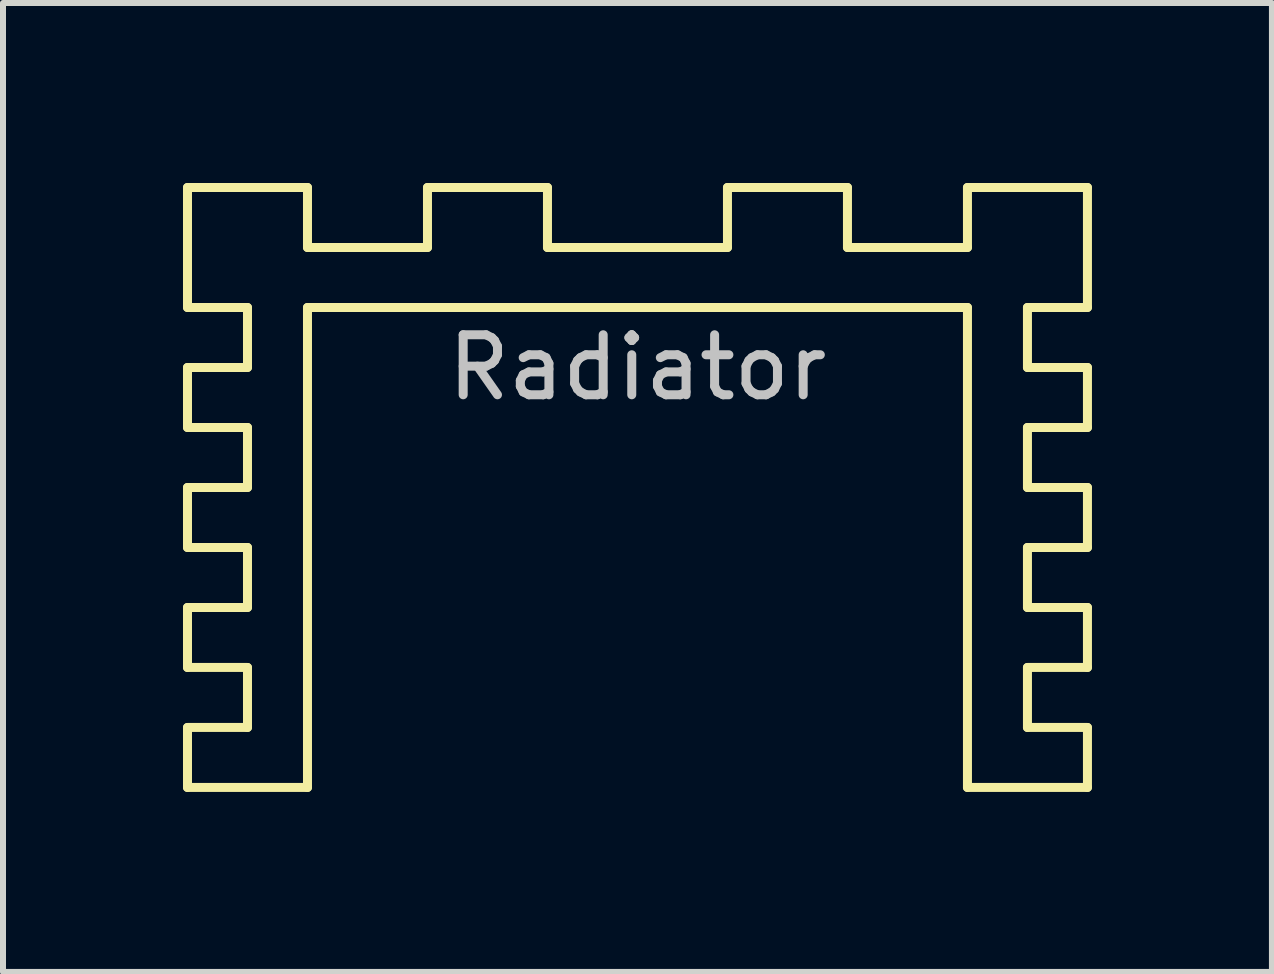
<source format=kicad_pcb>
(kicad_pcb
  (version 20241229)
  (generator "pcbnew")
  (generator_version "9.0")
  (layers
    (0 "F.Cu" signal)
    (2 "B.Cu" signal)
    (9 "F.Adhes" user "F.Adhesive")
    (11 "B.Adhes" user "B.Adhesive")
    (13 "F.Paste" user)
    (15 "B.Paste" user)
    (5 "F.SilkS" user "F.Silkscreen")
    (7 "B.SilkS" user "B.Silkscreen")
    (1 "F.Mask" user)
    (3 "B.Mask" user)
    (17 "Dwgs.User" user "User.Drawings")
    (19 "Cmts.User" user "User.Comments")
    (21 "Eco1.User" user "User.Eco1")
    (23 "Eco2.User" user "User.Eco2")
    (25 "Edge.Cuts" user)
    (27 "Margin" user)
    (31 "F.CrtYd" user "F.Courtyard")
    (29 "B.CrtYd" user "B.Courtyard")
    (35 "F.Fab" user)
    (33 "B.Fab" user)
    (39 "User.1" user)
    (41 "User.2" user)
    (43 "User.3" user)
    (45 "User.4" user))
  (footprint "Radiator"
    (layer "F.Cu")
    (at 7.575 2.075)
    (property "Reference" "Radiator" (at 0 1 0) (layer "Dwgs.User") (effects (font (size 1 1) (thickness 0.15))))
    (attr through_hole)
    (fp_line (start -7.5 -2) (end -7.5 0) (stroke (width 0.15) (type solid)) (layer "F.SilkS"))
    (fp_line (start -7.5 1) (end -6.5 1) (stroke (width 0.15) (type solid)) (layer "F.SilkS"))
    (fp_line (start -7.5 2) (end -7.5 1) (stroke (width 0.15) (type solid)) (layer "F.SilkS"))
    (fp_line (start -7.5 3) (end -6.5 3) (stroke (width 0.15) (type solid)) (layer "F.SilkS"))
    (fp_line (start -7.5 4) (end -7.5 3) (stroke (width 0.15) (type solid)) (layer "F.SilkS"))
    (fp_line (start -7.5 5) (end -6.5 5) (stroke (width 0.15) (type solid)) (layer "F.SilkS"))
    (fp_line (start -7.5 6) (end -7.5 5) (stroke (width 0.15) (type solid)) (layer "F.SilkS"))
    (fp_line (start -7.5 7) (end -7.5 8) (stroke (width 0.15) (type solid)) (layer "F.SilkS"))
    (fp_line (start -7.5 7) (end -6.5 7) (stroke (width 0.15) (type solid)) (layer "F.SilkS"))
    (fp_line (start -7.5 8) (end -5.5 8) (stroke (width 0.15) (type solid)) (layer "F.SilkS"))
    (fp_line (start -6.5 0) (end -7.5 0) (stroke (width 0.15) (type solid)) (layer "F.SilkS"))
    (fp_line (start -6.5 1) (end -6.5 0) (stroke (width 0.15) (type solid)) (layer "F.SilkS"))
    (fp_line (start -6.5 2) (end -7.5 2) (stroke (width 0.15) (type solid)) (layer "F.SilkS"))
    (fp_line (start -6.5 3) (end -6.5 2) (stroke (width 0.15) (type solid)) (layer "F.SilkS"))
    (fp_line (start -6.5 4) (end -7.5 4) (stroke (width 0.15) (type solid)) (layer "F.SilkS"))
    (fp_line (start -6.5 5) (end -6.5 4) (stroke (width 0.15) (type solid)) (layer "F.SilkS"))
    (fp_line (start -6.5 6) (end -7.5 6) (stroke (width 0.15) (type solid)) (layer "F.SilkS"))
    (fp_line (start -6.5 7) (end -6.5 6) (stroke (width 0.15) (type solid)) (layer "F.SilkS"))
    (fp_line (start -5.5 -2) (end -7.5 -2) (stroke (width 0.15) (type solid)) (layer "F.SilkS"))
    (fp_line (start -5.5 -2) (end -5.5 -1) (stroke (width 0.15) (type solid)) (layer "F.SilkS"))
    (fp_line (start -5.5 -1) (end -3.5 -1) (stroke (width 0.15) (type solid)) (layer "F.SilkS"))
    (fp_line (start -5.5 0) (end 5.5 0) (stroke (width 0.15) (type solid)) (layer "F.SilkS"))
    (fp_line (start -5.5 8) (end -5.5 0) (stroke (width 0.15) (type solid)) (layer "F.SilkS"))
    (fp_line (start -3.5 -1) (end -3.5 -2) (stroke (width 0.15) (type solid)) (layer "F.SilkS"))
    (fp_line (start -1.5 -2) (end -3.5 -2) (stroke (width 0.15) (type solid)) (layer "F.SilkS"))
    (fp_line (start -1.5 -2) (end -1.5 -1) (stroke (width 0.15) (type solid)) (layer "F.SilkS"))
    (fp_line (start -1.5 -1) (end 1.5 -1) (stroke (width 0.15) (type solid)) (layer "F.SilkS"))
    (fp_line (start 1.5 -1) (end 1.5 -2) (stroke (width 0.15) (type solid)) (layer "F.SilkS"))
    (fp_line (start 3.5 -2) (end 1.5 -2) (stroke (width 0.15) (type solid)) (layer "F.SilkS"))
    (fp_line (start 3.5 -1) (end 3.5 -2) (stroke (width 0.15) (type solid)) (layer "F.SilkS"))
    (fp_line (start 5.5 -2) (end 5.5 -1) (stroke (width 0.15) (type solid)) (layer "F.SilkS"))
    (fp_line (start 5.5 -1) (end 3.5 -1) (stroke (width 0.15) (type solid)) (layer "F.SilkS"))
    (fp_line (start 5.5 0) (end 5.5 8) (stroke (width 0.15) (type solid)) (layer "F.SilkS"))
    (fp_line (start 5.5 8) (end 7.5 8) (stroke (width 0.15) (type solid)) (layer "F.SilkS"))
    (fp_line (start 6.5 0) (end 7.5 0) (stroke (width 0.15) (type solid)) (layer "F.SilkS"))
    (fp_line (start 6.5 1) (end 6.5 0) (stroke (width 0.15) (type solid)) (layer "F.SilkS"))
    (fp_line (start 6.5 2) (end 7.5 2) (stroke (width 0.15) (type solid)) (layer "F.SilkS"))
    (fp_line (start 6.5 3) (end 6.5 2) (stroke (width 0.15) (type solid)) (layer "F.SilkS"))
    (fp_line (start 6.5 4) (end 7.5 4) (stroke (width 0.15) (type solid)) (layer "F.SilkS"))
    (fp_line (start 6.5 5) (end 6.5 4) (stroke (width 0.15) (type solid)) (layer "F.SilkS"))
    (fp_line (start 6.5 6) (end 7.5 6) (stroke (width 0.15) (type solid)) (layer "F.SilkS"))
    (fp_line (start 6.5 7) (end 6.5 6) (stroke (width 0.15) (type solid)) (layer "F.SilkS"))
    (fp_line (start 7.5 -2) (end 5.5 -2) (stroke (width 0.15) (type solid)) (layer "F.SilkS"))
    (fp_line (start 7.5 0) (end 7.5 -2) (stroke (width 0.15) (type solid)) (layer "F.SilkS"))
    (fp_line (start 7.5 1) (end 6.5 1) (stroke (width 0.15) (type solid)) (layer "F.SilkS"))
    (fp_line (start 7.5 2) (end 7.5 1) (stroke (width 0.15) (type solid)) (layer "F.SilkS"))
    (fp_line (start 7.5 3) (end 6.5 3) (stroke (width 0.15) (type solid)) (layer "F.SilkS"))
    (fp_line (start 7.5 4) (end 7.5 3) (stroke (width 0.15) (type solid)) (layer "F.SilkS"))
    (fp_line (start 7.5 5) (end 6.5 5) (stroke (width 0.15) (type solid)) (layer "F.SilkS"))
    (fp_line (start 7.5 6) (end 7.5 5) (stroke (width 0.15) (type solid)) (layer "F.SilkS"))
    (fp_line (start 7.5 7) (end 6.5 7) (stroke (width 0.15) (type solid)) (layer "F.SilkS"))
    (fp_line (start 7.5 8) (end 7.5 7) (stroke (width 0.15) (type solid)) (layer "F.SilkS")))
  (gr_rect
    (start -3 -3)
    (end 18.15 13.15)
    (stroke (width 0.1) (type default))
    (fill no)
    (layer "Edge.Cuts")))
</source>
